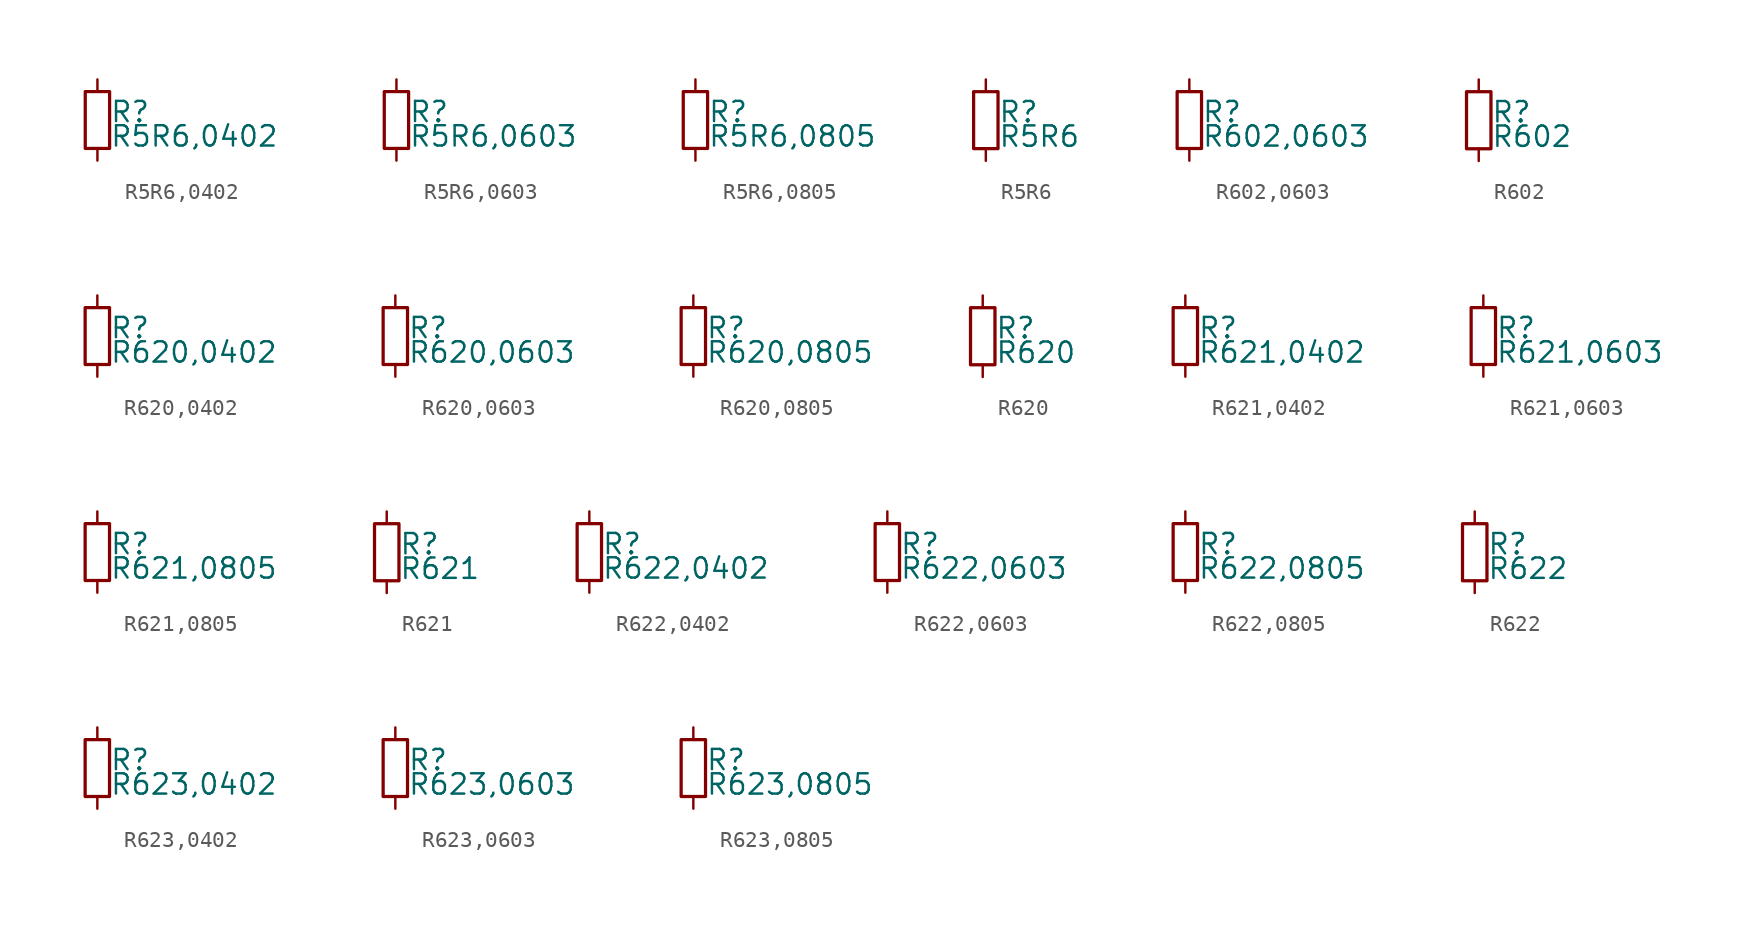
<source format=kicad_sym>
(kicad_symbol_lib
  (version 20211014)
  (generator kicad_symbol_editor)
  (symbol "R5R6,0402"
    (pin_numbers hide)
    (pin_names
      (offset 0.254) hide)
    (property "Reference" "R"
      (at 0.762 0.508 0)
      (effects (font (size 1.27 1.27)) (justify left)))
    (property "Value" "R5R6,0402"
      (at 0.762 -1.016 0)
      (effects (font (size 1.27 1.27)) (justify left)))
    (symbol "R5R6,0402_0_1"
      (rectangle (start -0.762 1.778) (end 0.762 -1.778) (stroke (width 0.203) (type default) (color 0 0 0 0)) (fill (type none))))
    (symbol "R5R6,0402_1_1"
      (pin passive line (at 0 2.54 270) (length 0.762) (name "~" (effects (font (size 1.27 1.27)))) (number "1" (effects (font (size 1.27 1.27)))))
      (pin passive line (at 0 -2.54 90) (length 0.762) (name "~" (effects (font (size 1.27 1.27)))) (number "2" (effects (font (size 1.27 1.27)))))))
  (symbol "R5R6,0603"
    (pin_numbers hide)
    (pin_names
      (offset 0.254) hide)
    (property "Reference" "R"
      (at 0.762 0.508 0)
      (effects (font (size 1.27 1.27)) (justify left)))
    (property "Value" "R5R6,0603"
      (at 0.762 -1.016 0)
      (effects (font (size 1.27 1.27)) (justify left)))
    (symbol "R5R6,0603_0_1"
      (rectangle (start -0.762 1.778) (end 0.762 -1.778) (stroke (width 0.203) (type default) (color 0 0 0 0)) (fill (type none))))
    (symbol "R5R6,0603_1_1"
      (pin passive line (at 0 2.54 270) (length 0.762) (name "~" (effects (font (size 1.27 1.27)))) (number "1" (effects (font (size 1.27 1.27)))))
      (pin passive line (at 0 -2.54 90) (length 0.762) (name "~" (effects (font (size 1.27 1.27)))) (number "2" (effects (font (size 1.27 1.27)))))))
  (symbol "R5R6,0805"
    (pin_numbers hide)
    (pin_names
      (offset 0.254) hide)
    (property "Reference" "R"
      (at 0.762 0.508 0)
      (effects (font (size 1.27 1.27)) (justify left)))
    (property "Value" "R5R6,0805"
      (at 0.762 -1.016 0)
      (effects (font (size 1.27 1.27)) (justify left)))
    (symbol "R5R6,0805_0_1"
      (rectangle (start -0.762 1.778) (end 0.762 -1.778) (stroke (width 0.203) (type default) (color 0 0 0 0)) (fill (type none))))
    (symbol "R5R6,0805_1_1"
      (pin passive line (at 0 2.54 270) (length 0.762) (name "~" (effects (font (size 1.27 1.27)))) (number "1" (effects (font (size 1.27 1.27)))))
      (pin passive line (at 0 -2.54 90) (length 0.762) (name "~" (effects (font (size 1.27 1.27)))) (number "2" (effects (font (size 1.27 1.27)))))))
  (symbol "R5R6"
    (pin_numbers hide)
    (pin_names
      (offset 0.254) hide)
    (property "Reference" "R"
      (at 0.762 0.508 0)
      (effects (font (size 1.27 1.27)) (justify left)))
    (property "Value" "R5R6"
      (at 0.762 -1.016 0)
      (effects (font (size 1.27 1.27)) (justify left)))
    (symbol "R5R6_0_1"
      (rectangle (start -0.762 1.778) (end 0.762 -1.778) (stroke (width 0.203) (type default) (color 0 0 0 0)) (fill (type none))))
    (symbol "R5R6_1_1"
      (pin passive line (at 0 2.54 270) (length 0.762) (name "~" (effects (font (size 1.27 1.27)))) (number "1" (effects (font (size 1.27 1.27)))))
      (pin passive line (at 0 -2.54 90) (length 0.762) (name "~" (effects (font (size 1.27 1.27)))) (number "2" (effects (font (size 1.27 1.27)))))))
  (symbol "R602,0603"
    (pin_numbers hide)
    (pin_names
      (offset 0.254) hide)
    (property "Reference" "R"
      (at 0.762 0.508 0)
      (effects (font (size 1.27 1.27)) (justify left)))
    (property "Value" "R602,0603"
      (at 0.762 -1.016 0)
      (effects (font (size 1.27 1.27)) (justify left)))
    (symbol "R602,0603_0_1"
      (rectangle (start -0.762 1.778) (end 0.762 -1.778) (stroke (width 0.203) (type default) (color 0 0 0 0)) (fill (type none))))
    (symbol "R602,0603_1_1"
      (pin passive line (at 0 2.54 270) (length 0.762) (name "~" (effects (font (size 1.27 1.27)))) (number "1" (effects (font (size 1.27 1.27)))))
      (pin passive line (at 0 -2.54 90) (length 0.762) (name "~" (effects (font (size 1.27 1.27)))) (number "2" (effects (font (size 1.27 1.27)))))))
  (symbol "R602"
    (pin_numbers hide)
    (pin_names
      (offset 0.254) hide)
    (property "Reference" "R"
      (at 0.762 0.508 0)
      (effects (font (size 1.27 1.27)) (justify left)))
    (property "Value" "R602"
      (at 0.762 -1.016 0)
      (effects (font (size 1.27 1.27)) (justify left)))
    (symbol "R602_0_1"
      (rectangle (start -0.762 1.778) (end 0.762 -1.778) (stroke (width 0.203) (type default) (color 0 0 0 0)) (fill (type none))))
    (symbol "R602_1_1"
      (pin passive line (at 0 2.54 270) (length 0.762) (name "~" (effects (font (size 1.27 1.27)))) (number "1" (effects (font (size 1.27 1.27)))))
      (pin passive line (at 0 -2.54 90) (length 0.762) (name "~" (effects (font (size 1.27 1.27)))) (number "2" (effects (font (size 1.27 1.27)))))))
  (symbol "R620,0402"
    (pin_numbers hide)
    (pin_names
      (offset 0.254) hide)
    (property "Reference" "R"
      (at 0.762 0.508 0)
      (effects (font (size 1.27 1.27)) (justify left)))
    (property "Value" "R620,0402"
      (at 0.762 -1.016 0)
      (effects (font (size 1.27 1.27)) (justify left)))
    (symbol "R620,0402_0_1"
      (rectangle (start -0.762 1.778) (end 0.762 -1.778) (stroke (width 0.203) (type default) (color 0 0 0 0)) (fill (type none))))
    (symbol "R620,0402_1_1"
      (pin passive line (at 0 2.54 270) (length 0.762) (name "~" (effects (font (size 1.27 1.27)))) (number "1" (effects (font (size 1.27 1.27)))))
      (pin passive line (at 0 -2.54 90) (length 0.762) (name "~" (effects (font (size 1.27 1.27)))) (number "2" (effects (font (size 1.27 1.27)))))))
  (symbol "R620,0603"
    (pin_numbers hide)
    (pin_names
      (offset 0.254) hide)
    (property "Reference" "R"
      (at 0.762 0.508 0)
      (effects (font (size 1.27 1.27)) (justify left)))
    (property "Value" "R620,0603"
      (at 0.762 -1.016 0)
      (effects (font (size 1.27 1.27)) (justify left)))
    (symbol "R620,0603_0_1"
      (rectangle (start -0.762 1.778) (end 0.762 -1.778) (stroke (width 0.203) (type default) (color 0 0 0 0)) (fill (type none))))
    (symbol "R620,0603_1_1"
      (pin passive line (at 0 2.54 270) (length 0.762) (name "~" (effects (font (size 1.27 1.27)))) (number "1" (effects (font (size 1.27 1.27)))))
      (pin passive line (at 0 -2.54 90) (length 0.762) (name "~" (effects (font (size 1.27 1.27)))) (number "2" (effects (font (size 1.27 1.27)))))))
  (symbol "R620,0805"
    (pin_numbers hide)
    (pin_names
      (offset 0.254) hide)
    (property "Reference" "R"
      (at 0.762 0.508 0)
      (effects (font (size 1.27 1.27)) (justify left)))
    (property "Value" "R620,0805"
      (at 0.762 -1.016 0)
      (effects (font (size 1.27 1.27)) (justify left)))
    (symbol "R620,0805_0_1"
      (rectangle (start -0.762 1.778) (end 0.762 -1.778) (stroke (width 0.203) (type default) (color 0 0 0 0)) (fill (type none))))
    (symbol "R620,0805_1_1"
      (pin passive line (at 0 2.54 270) (length 0.762) (name "~" (effects (font (size 1.27 1.27)))) (number "1" (effects (font (size 1.27 1.27)))))
      (pin passive line (at 0 -2.54 90) (length 0.762) (name "~" (effects (font (size 1.27 1.27)))) (number "2" (effects (font (size 1.27 1.27)))))))
  (symbol "R620"
    (pin_numbers hide)
    (pin_names
      (offset 0.254) hide)
    (property "Reference" "R"
      (at 0.762 0.508 0)
      (effects (font (size 1.27 1.27)) (justify left)))
    (property "Value" "R620"
      (at 0.762 -1.016 0)
      (effects (font (size 1.27 1.27)) (justify left)))
    (symbol "R620_0_1"
      (rectangle (start -0.762 1.778) (end 0.762 -1.778) (stroke (width 0.203) (type default) (color 0 0 0 0)) (fill (type none))))
    (symbol "R620_1_1"
      (pin passive line (at 0 2.54 270) (length 0.762) (name "~" (effects (font (size 1.27 1.27)))) (number "1" (effects (font (size 1.27 1.27)))))
      (pin passive line (at 0 -2.54 90) (length 0.762) (name "~" (effects (font (size 1.27 1.27)))) (number "2" (effects (font (size 1.27 1.27)))))))
  (symbol "R621,0402"
    (pin_numbers hide)
    (pin_names
      (offset 0.254) hide)
    (property "Reference" "R"
      (at 0.762 0.508 0)
      (effects (font (size 1.27 1.27)) (justify left)))
    (property "Value" "R621,0402"
      (at 0.762 -1.016 0)
      (effects (font (size 1.27 1.27)) (justify left)))
    (symbol "R621,0402_0_1"
      (rectangle (start -0.762 1.778) (end 0.762 -1.778) (stroke (width 0.203) (type default) (color 0 0 0 0)) (fill (type none))))
    (symbol "R621,0402_1_1"
      (pin passive line (at 0 2.54 270) (length 0.762) (name "~" (effects (font (size 1.27 1.27)))) (number "1" (effects (font (size 1.27 1.27)))))
      (pin passive line (at 0 -2.54 90) (length 0.762) (name "~" (effects (font (size 1.27 1.27)))) (number "2" (effects (font (size 1.27 1.27)))))))
  (symbol "R621,0603"
    (pin_numbers hide)
    (pin_names
      (offset 0.254) hide)
    (property "Reference" "R"
      (at 0.762 0.508 0)
      (effects (font (size 1.27 1.27)) (justify left)))
    (property "Value" "R621,0603"
      (at 0.762 -1.016 0)
      (effects (font (size 1.27 1.27)) (justify left)))
    (symbol "R621,0603_0_1"
      (rectangle (start -0.762 1.778) (end 0.762 -1.778) (stroke (width 0.203) (type default) (color 0 0 0 0)) (fill (type none))))
    (symbol "R621,0603_1_1"
      (pin passive line (at 0 2.54 270) (length 0.762) (name "~" (effects (font (size 1.27 1.27)))) (number "1" (effects (font (size 1.27 1.27)))))
      (pin passive line (at 0 -2.54 90) (length 0.762) (name "~" (effects (font (size 1.27 1.27)))) (number "2" (effects (font (size 1.27 1.27)))))))
  (symbol "R621,0805"
    (pin_numbers hide)
    (pin_names
      (offset 0.254) hide)
    (property "Reference" "R"
      (at 0.762 0.508 0)
      (effects (font (size 1.27 1.27)) (justify left)))
    (property "Value" "R621,0805"
      (at 0.762 -1.016 0)
      (effects (font (size 1.27 1.27)) (justify left)))
    (symbol "R621,0805_0_1"
      (rectangle (start -0.762 1.778) (end 0.762 -1.778) (stroke (width 0.203) (type default) (color 0 0 0 0)) (fill (type none))))
    (symbol "R621,0805_1_1"
      (pin passive line (at 0 2.54 270) (length 0.762) (name "~" (effects (font (size 1.27 1.27)))) (number "1" (effects (font (size 1.27 1.27)))))
      (pin passive line (at 0 -2.54 90) (length 0.762) (name "~" (effects (font (size 1.27 1.27)))) (number "2" (effects (font (size 1.27 1.27)))))))
  (symbol "R621"
    (pin_numbers hide)
    (pin_names
      (offset 0.254) hide)
    (property "Reference" "R"
      (at 0.762 0.508 0)
      (effects (font (size 1.27 1.27)) (justify left)))
    (property "Value" "R621"
      (at 0.762 -1.016 0)
      (effects (font (size 1.27 1.27)) (justify left)))
    (symbol "R621_0_1"
      (rectangle (start -0.762 1.778) (end 0.762 -1.778) (stroke (width 0.203) (type default) (color 0 0 0 0)) (fill (type none))))
    (symbol "R621_1_1"
      (pin passive line (at 0 2.54 270) (length 0.762) (name "~" (effects (font (size 1.27 1.27)))) (number "1" (effects (font (size 1.27 1.27)))))
      (pin passive line (at 0 -2.54 90) (length 0.762) (name "~" (effects (font (size 1.27 1.27)))) (number "2" (effects (font (size 1.27 1.27)))))))
  (symbol "R622,0402"
    (pin_numbers hide)
    (pin_names
      (offset 0.254) hide)
    (property "Reference" "R"
      (at 0.762 0.508 0)
      (effects (font (size 1.27 1.27)) (justify left)))
    (property "Value" "R622,0402"
      (at 0.762 -1.016 0)
      (effects (font (size 1.27 1.27)) (justify left)))
    (symbol "R622,0402_0_1"
      (rectangle (start -0.762 1.778) (end 0.762 -1.778) (stroke (width 0.203) (type default) (color 0 0 0 0)) (fill (type none))))
    (symbol "R622,0402_1_1"
      (pin passive line (at 0 2.54 270) (length 0.762) (name "~" (effects (font (size 1.27 1.27)))) (number "1" (effects (font (size 1.27 1.27)))))
      (pin passive line (at 0 -2.54 90) (length 0.762) (name "~" (effects (font (size 1.27 1.27)))) (number "2" (effects (font (size 1.27 1.27)))))))
  (symbol "R622,0603"
    (pin_numbers hide)
    (pin_names
      (offset 0.254) hide)
    (property "Reference" "R"
      (at 0.762 0.508 0)
      (effects (font (size 1.27 1.27)) (justify left)))
    (property "Value" "R622,0603"
      (at 0.762 -1.016 0)
      (effects (font (size 1.27 1.27)) (justify left)))
    (symbol "R622,0603_0_1"
      (rectangle (start -0.762 1.778) (end 0.762 -1.778) (stroke (width 0.203) (type default) (color 0 0 0 0)) (fill (type none))))
    (symbol "R622,0603_1_1"
      (pin passive line (at 0 2.54 270) (length 0.762) (name "~" (effects (font (size 1.27 1.27)))) (number "1" (effects (font (size 1.27 1.27)))))
      (pin passive line (at 0 -2.54 90) (length 0.762) (name "~" (effects (font (size 1.27 1.27)))) (number "2" (effects (font (size 1.27 1.27)))))))
  (symbol "R622,0805"
    (pin_numbers hide)
    (pin_names
      (offset 0.254) hide)
    (property "Reference" "R"
      (at 0.762 0.508 0)
      (effects (font (size 1.27 1.27)) (justify left)))
    (property "Value" "R622,0805"
      (at 0.762 -1.016 0)
      (effects (font (size 1.27 1.27)) (justify left)))
    (symbol "R622,0805_0_1"
      (rectangle (start -0.762 1.778) (end 0.762 -1.778) (stroke (width 0.203) (type default) (color 0 0 0 0)) (fill (type none))))
    (symbol "R622,0805_1_1"
      (pin passive line (at 0 2.54 270) (length 0.762) (name "~" (effects (font (size 1.27 1.27)))) (number "1" (effects (font (size 1.27 1.27)))))
      (pin passive line (at 0 -2.54 90) (length 0.762) (name "~" (effects (font (size 1.27 1.27)))) (number "2" (effects (font (size 1.27 1.27)))))))
  (symbol "R622"
    (pin_numbers hide)
    (pin_names
      (offset 0.254) hide)
    (property "Reference" "R"
      (at 0.762 0.508 0)
      (effects (font (size 1.27 1.27)) (justify left)))
    (property "Value" "R622"
      (at 0.762 -1.016 0)
      (effects (font (size 1.27 1.27)) (justify left)))
    (symbol "R622_0_1"
      (rectangle (start -0.762 1.778) (end 0.762 -1.778) (stroke (width 0.203) (type default) (color 0 0 0 0)) (fill (type none))))
    (symbol "R622_1_1"
      (pin passive line (at 0 2.54 270) (length 0.762) (name "~" (effects (font (size 1.27 1.27)))) (number "1" (effects (font (size 1.27 1.27)))))
      (pin passive line (at 0 -2.54 90) (length 0.762) (name "~" (effects (font (size 1.27 1.27)))) (number "2" (effects (font (size 1.27 1.27)))))))
  (symbol "R623,0402"
    (pin_numbers hide)
    (pin_names
      (offset 0.254) hide)
    (property "Reference" "R"
      (at 0.762 0.508 0)
      (effects (font (size 1.27 1.27)) (justify left)))
    (property "Value" "R623,0402"
      (at 0.762 -1.016 0)
      (effects (font (size 1.27 1.27)) (justify left)))
    (symbol "R623,0402_0_1"
      (rectangle (start -0.762 1.778) (end 0.762 -1.778) (stroke (width 0.203) (type default) (color 0 0 0 0)) (fill (type none))))
    (symbol "R623,0402_1_1"
      (pin passive line (at 0 2.54 270) (length 0.762) (name "~" (effects (font (size 1.27 1.27)))) (number "1" (effects (font (size 1.27 1.27)))))
      (pin passive line (at 0 -2.54 90) (length 0.762) (name "~" (effects (font (size 1.27 1.27)))) (number "2" (effects (font (size 1.27 1.27)))))))
  (symbol "R623,0603"
    (pin_numbers hide)
    (pin_names
      (offset 0.254) hide)
    (property "Reference" "R"
      (at 0.762 0.508 0)
      (effects (font (size 1.27 1.27)) (justify left)))
    (property "Value" "R623,0603"
      (at 0.762 -1.016 0)
      (effects (font (size 1.27 1.27)) (justify left)))
    (symbol "R623,0603_0_1"
      (rectangle (start -0.762 1.778) (end 0.762 -1.778) (stroke (width 0.203) (type default) (color 0 0 0 0)) (fill (type none))))
    (symbol "R623,0603_1_1"
      (pin passive line (at 0 2.54 270) (length 0.762) (name "~" (effects (font (size 1.27 1.27)))) (number "1" (effects (font (size 1.27 1.27)))))
      (pin passive line (at 0 -2.54 90) (length 0.762) (name "~" (effects (font (size 1.27 1.27)))) (number "2" (effects (font (size 1.27 1.27)))))))
  (symbol "R623,0805"
    (pin_numbers hide)
    (pin_names
      (offset 0.254) hide)
    (property "Reference" "R"
      (at 0.762 0.508 0)
      (effects (font (size 1.27 1.27)) (justify left)))
    (property "Value" "R623,0805"
      (at 0.762 -1.016 0)
      (effects (font (size 1.27 1.27)) (justify left)))
    (symbol "R623,0805_0_1"
      (rectangle (start -0.762 1.778) (end 0.762 -1.778) (stroke (width 0.203) (type default) (color 0 0 0 0)) (fill (type none))))
    (symbol "R623,0805_1_1"
      (pin passive line (at 0 2.54 270) (length 0.762) (name "~" (effects (font (size 1.27 1.27)))) (number "1" (effects (font (size 1.27 1.27)))))
      (pin passive line (at 0 -2.54 90) (length 0.762) (name "~" (effects (font (size 1.27 1.27)))) (number "2" (effects (font (size 1.27 1.27))))))))
</source>
